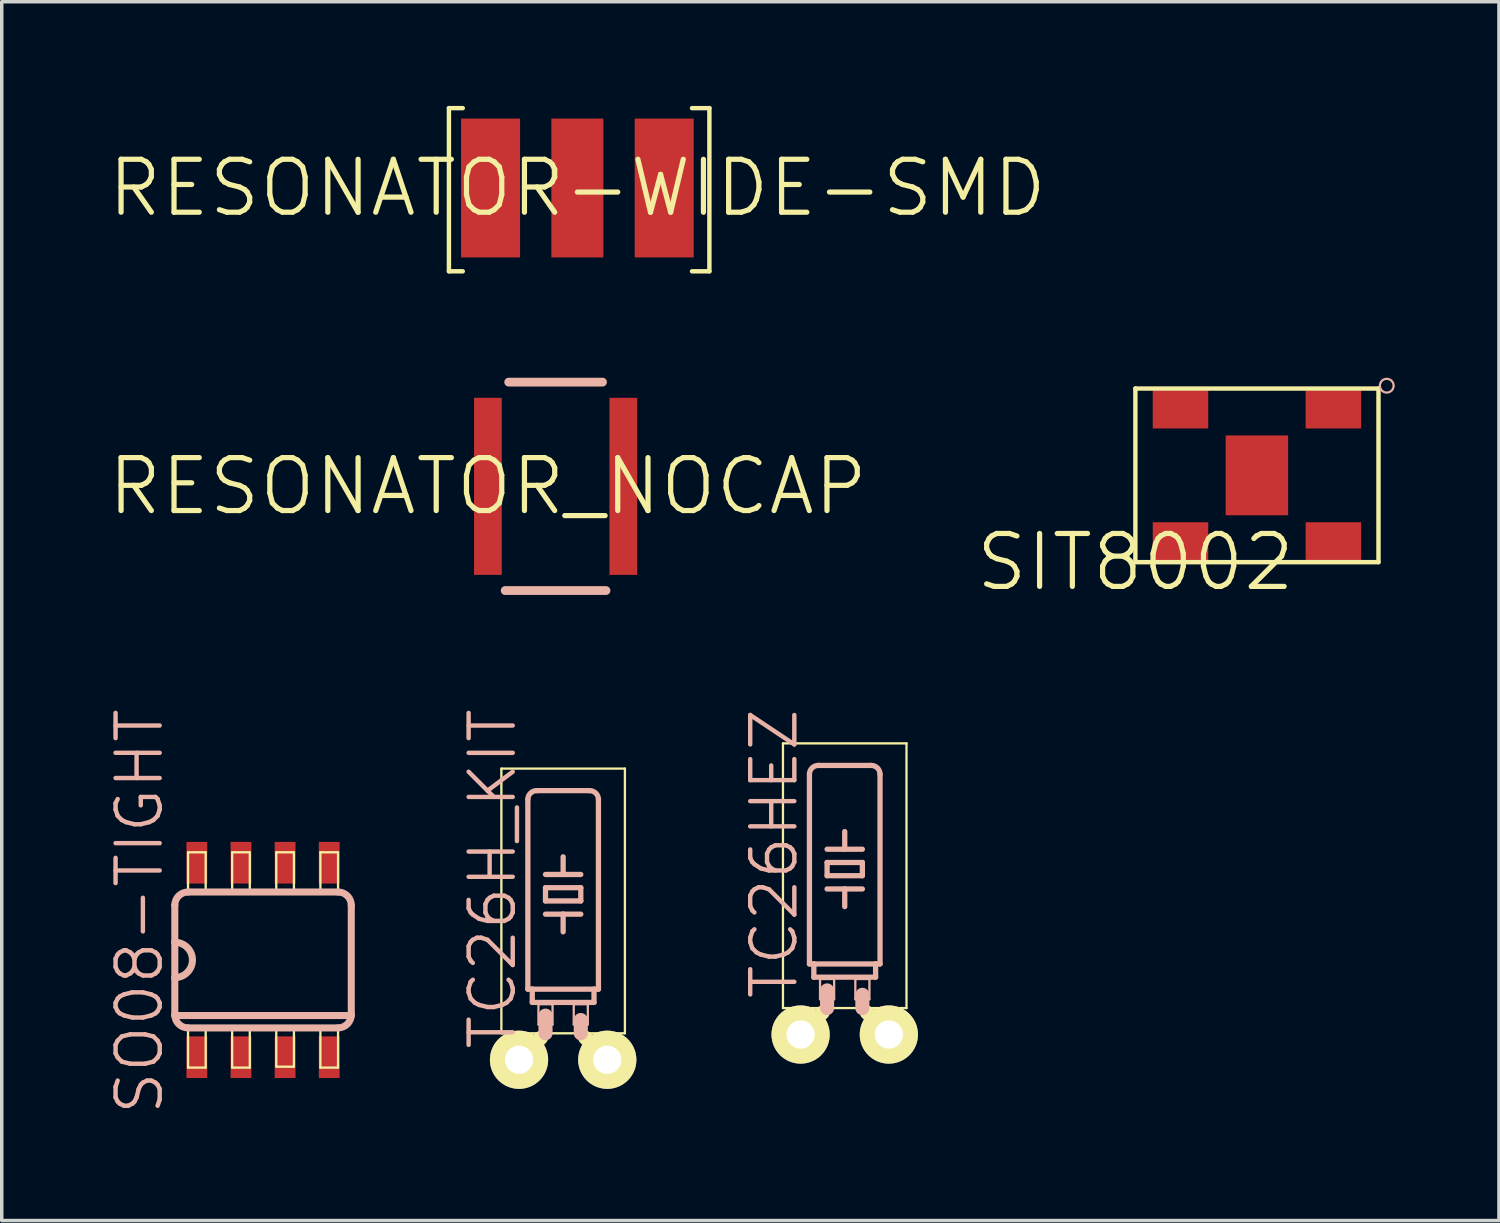
<source format=kicad_pcb>
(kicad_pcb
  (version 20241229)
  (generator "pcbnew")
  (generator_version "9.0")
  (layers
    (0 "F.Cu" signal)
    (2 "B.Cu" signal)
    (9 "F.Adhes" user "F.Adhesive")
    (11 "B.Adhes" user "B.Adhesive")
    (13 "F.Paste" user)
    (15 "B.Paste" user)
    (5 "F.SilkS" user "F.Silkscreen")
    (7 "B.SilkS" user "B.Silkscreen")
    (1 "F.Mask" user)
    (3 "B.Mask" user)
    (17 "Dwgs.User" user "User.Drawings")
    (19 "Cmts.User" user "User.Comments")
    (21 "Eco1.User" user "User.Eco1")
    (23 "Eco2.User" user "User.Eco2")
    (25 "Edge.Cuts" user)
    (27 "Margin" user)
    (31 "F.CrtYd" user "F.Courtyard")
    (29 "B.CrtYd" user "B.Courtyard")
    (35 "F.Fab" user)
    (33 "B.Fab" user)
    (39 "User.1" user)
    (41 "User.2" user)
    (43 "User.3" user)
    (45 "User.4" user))
  (footprint "SIT8002"
    (layer "F.Cu")
    (at 29.634 13.133)
    (property "Reference" "SIT8002" (at 0 0 0) (layer "F.SilkS") (effects (font (size 1.524 1.524) (thickness 0.15))))
    (attr smd)
    (fp_line (start 0 -4.999) (end 0 0) (stroke (width 0.127) (type solid)) (layer "F.SilkS"))
    (fp_line (start 0 0) (end 6.998 0) (stroke (width 0.127) (type solid)) (layer "F.SilkS"))
    (fp_line (start 6.998 -4.999) (end 0 -4.999) (stroke (width 0.127) (type solid)) (layer "F.SilkS"))
    (fp_line (start 6.998 0) (end 6.998 -4.999) (stroke (width 0.127) (type solid)) (layer "F.SilkS"))
    (fp_circle (center 7.236 -5.08) (end 7.376 -5.22) (stroke (width 0.064) (type solid)) (fill no) (layer "B.SilkS"))
    (pad "1" smd rect (at 5.7 -4.399) (size 1.598 1.1) (layers "F.Cu" "F.Mask" "F.Paste"))
    (pad "2" smd rect (at 1.298 -4.399) (size 1.598 1.1) (layers "F.Cu" "F.Mask" "F.Paste"))
    (pad "3" smd rect (at 1.298 -0.599) (size 1.598 1.1) (layers "F.Cu" "F.Mask" "F.Paste"))
    (pad "4" smd rect (at 5.7 -0.599) (size 1.598 1.1) (layers "F.Cu" "F.Mask" "F.Paste"))
    (pad "N" smd rect (at 3.498 -2.499 90) (size 2.299 1.798) (layers "F.Cu" "F.Mask" "F.Paste")))
  (footprint "TC26H_KIT"
    (layer "F.Cu")
    (at 13.161 27.457)
    (property "Reference" "TC26H_KIT" (at -2.032 -5.207 90) (layer "B.SilkS") (effects (font (size 1.27 1.27) (thickness 0.127))))
    (attr exclude_from_pos_files exclude_from_bom)
    (fp_line (start -1.778 -8.382) (end 1.778 -8.382) (stroke (width 0.066) (type solid)) (layer "F.SilkS"))
    (fp_line (start -1.778 -0.762) (end -1.778 -8.382) (stroke (width 0.066) (type solid)) (layer "F.SilkS"))
    (fp_line (start -1.778 -0.762) (end 1.778 -0.762) (stroke (width 0.066) (type solid)) (layer "F.SilkS"))
    (fp_line (start -0.635 -0.635) (end -1.27 0) (stroke (width 0.406) (type solid)) (layer "F.SilkS"))
    (fp_line (start 0.635 -0.635) (end 1.27 0) (stroke (width 0.406) (type solid)) (layer "F.SilkS"))
    (fp_line (start 1.778 -0.762) (end 1.778 -8.382) (stroke (width 0.066) (type solid)) (layer "F.SilkS"))
    (fp_line (start -1.016 -2.032) (end -1.016 -7.493) (stroke (width 0.152) (type solid)) (layer "B.SilkS"))
    (fp_line (start -1.016 -2.032) (end -0.889 -2.032) (stroke (width 0.152) (type solid)) (layer "B.SilkS"))
    (fp_line (start -0.889 -1.651) (end -0.889 -2.032) (stroke (width 0.152) (type solid)) (layer "B.SilkS"))
    (fp_line (start -0.889 -1.651) (end 0.889 -1.651) (stroke (width 0.152) (type solid)) (layer "B.SilkS"))
    (fp_line (start -0.762 -7.747) (end 0.762 -7.747) (stroke (width 0.152) (type solid)) (layer "B.SilkS"))
    (fp_line (start -0.711 -1.6) (end -0.305 -1.6) (stroke (width 0.066) (type solid)) (layer "B.SilkS"))
    (fp_line (start -0.711 -1.016) (end -0.711 -1.6) (stroke (width 0.066) (type solid)) (layer "B.SilkS"))
    (fp_line (start -0.711 -1.016) (end -0.305 -1.016) (stroke (width 0.066) (type solid)) (layer "B.SilkS"))
    (fp_line (start -0.508 -5.334) (end 0 -5.334) (stroke (width 0.152) (type solid)) (layer "B.SilkS"))
    (fp_line (start -0.508 -4.953) (end -0.508 -4.572) (stroke (width 0.152) (type solid)) (layer "B.SilkS"))
    (fp_line (start -0.508 -4.953) (end 0.508 -4.953) (stroke (width 0.152) (type solid)) (layer "B.SilkS"))
    (fp_line (start -0.508 -4.191) (end 0 -4.191) (stroke (width 0.152) (type solid)) (layer "B.SilkS"))
    (fp_line (start -0.508 -0.762) (end -0.508 -1.27) (stroke (width 0.406) (type solid)) (layer "B.SilkS"))
    (fp_line (start -0.305 -1.016) (end -0.305 -1.6) (stroke (width 0.066) (type solid)) (layer "B.SilkS"))
    (fp_line (start 0 -5.334) (end 0 -5.842) (stroke (width 0.152) (type solid)) (layer "B.SilkS"))
    (fp_line (start 0 -5.334) (end 0.508 -5.334) (stroke (width 0.152) (type solid)) (layer "B.SilkS"))
    (fp_line (start 0 -4.191) (end 0 -3.683) (stroke (width 0.152) (type solid)) (layer "B.SilkS"))
    (fp_line (start 0 -4.191) (end 0.508 -4.191) (stroke (width 0.152) (type solid)) (layer "B.SilkS"))
    (fp_line (start 0.305 -1.6) (end 0.711 -1.6) (stroke (width 0.066) (type solid)) (layer "B.SilkS"))
    (fp_line (start 0.305 -1.016) (end 0.305 -1.6) (stroke (width 0.066) (type solid)) (layer "B.SilkS"))
    (fp_line (start 0.305 -1.016) (end 0.711 -1.016) (stroke (width 0.066) (type solid)) (layer "B.SilkS"))
    (fp_line (start 0.508 -4.572) (end -0.508 -4.572) (stroke (width 0.152) (type solid)) (layer "B.SilkS"))
    (fp_line (start 0.508 -4.572) (end 0.508 -4.953) (stroke (width 0.152) (type solid)) (layer "B.SilkS"))
    (fp_line (start 0.508 -0.762) (end 0.508 -1.143) (stroke (width 0.406) (type solid)) (layer "B.SilkS"))
    (fp_line (start 0.711 -1.016) (end 0.711 -1.6) (stroke (width 0.066) (type solid)) (layer "B.SilkS"))
    (fp_line (start 0.889 -2.032) (end -0.889 -2.032) (stroke (width 0.152) (type solid)) (layer "B.SilkS"))
    (fp_line (start 0.889 -1.651) (end 0.889 -2.032) (stroke (width 0.152) (type solid)) (layer "B.SilkS"))
    (fp_line (start 1.016 -2.032) (end 0.889 -2.032) (stroke (width 0.152) (type solid)) (layer "B.SilkS"))
    (fp_line (start 1.016 -2.032) (end 1.016 -7.493) (stroke (width 0.152) (type solid)) (layer "B.SilkS"))
    (fp_arc (start -1.016 -7.493) (mid -0.941605 -7.672605) (end -0.762 -7.747) (stroke (width 0.1524) (type solid)) (layer "B.SilkS"))
    (fp_arc (start 0.762 -7.747) (mid 0.941605 -7.672605) (end 1.016 -7.493) (stroke (width 0.1524) (type solid)) (layer "B.SilkS"))
    (pad "1" thru_hole circle (at -1.27 0) (size 1.676 1.676) (drill 0.813) (layers "*.Cu" "F.Mask" "F.SilkS" "F.Paste"))
    (pad "2" thru_hole circle (at 1.27 0) (size 1.676 1.676) (drill 0.813) (layers "*.Cu" "F.Mask" "F.SilkS" "F.Paste")))
  (footprint "RESONATOR_NOCAP"
    (layer "F.Cu")
    (at 10.995 10.95)
    (property "Reference" "RESONATOR_NOCAP" (at 0 0 0) (layer "F.SilkS") (effects (font (size 1.524 1.524) (thickness 0.15))))
    (attr smd)
    (fp_line (start 0.498 3) (end 3.399 3) (stroke (width 0.254) (type solid)) (layer "B.SilkS"))
    (fp_line (start 0.599 -3) (end 3.299 -3) (stroke (width 0.254) (type solid)) (layer "B.SilkS"))
    (pad "P$1" smd rect (at 0 0) (size 0.798 5.098) (layers "F.Cu" "F.Mask" "F.Paste"))
    (pad "P$2" smd rect (at 3.899 0) (size 0.798 5.098) (layers "F.Cu" "F.Mask" "F.Paste")))
  (footprint "RESONATOR-WIDE-SMD"
    (layer "F.Cu")
    (at 13.571 2.362)
    (property "Reference" "RESONATOR-WIDE-SMD" (at 0 0 0) (layer "F.SilkS") (effects (font (size 1.524 1.524) (thickness 0.15))))
    (attr smd)
    (fp_line (start -3.698 -2.299) (end -3.698 2.398) (stroke (width 0.127) (type solid)) (layer "F.SilkS"))
    (fp_line (start -3.698 2.398) (end -3.299 2.398) (stroke (width 0.127) (type solid)) (layer "F.SilkS"))
    (fp_line (start -3.299 -2.299) (end -3.698 -2.299) (stroke (width 0.127) (type solid)) (layer "F.SilkS"))
    (fp_line (start 3.299 -2.299) (end 3.8 -2.299) (stroke (width 0.127) (type solid)) (layer "F.SilkS"))
    (fp_line (start 3.8 -2.299) (end 3.8 2.398) (stroke (width 0.127) (type solid)) (layer "F.SilkS"))
    (fp_line (start 3.8 2.398) (end 3.299 2.398) (stroke (width 0.127) (type solid)) (layer "F.SilkS"))
    (pad "1" smd rect (at -2.499 0 180) (size 1.699 3.998) (layers "F.Cu" "F.Mask" "F.Paste"))
    (pad "2" smd rect (at 0 0 180) (size 1.499 3.998) (layers "F.Cu" "F.Mask" "F.Paste"))
    (pad "3" smd rect (at 2.499 0 180) (size 1.699 3.998) (layers "F.Cu" "F.Mask" "F.Paste")))
  (footprint "TC26HEZ"
    (layer "F.Cu")
    (at 21.267 26.731)
    (property "Reference" "TC26HEZ" (at -2.032 -5.207 90) (layer "B.SilkS") (effects (font (size 1.27 1.27) (thickness 0.127))))
    (attr exclude_from_pos_files exclude_from_bom)
    (fp_line (start -1.778 -8.382) (end 1.778 -8.382) (stroke (width 0.066) (type solid)) (layer "F.SilkS"))
    (fp_line (start -1.778 -0.762) (end -1.778 -8.382) (stroke (width 0.066) (type solid)) (layer "F.SilkS"))
    (fp_line (start -1.778 -0.762) (end 1.778 -0.762) (stroke (width 0.066) (type solid)) (layer "F.SilkS"))
    (fp_line (start -0.635 -0.635) (end -1.27 0) (stroke (width 0.406) (type solid)) (layer "F.SilkS"))
    (fp_line (start 0.635 -0.635) (end 1.27 0) (stroke (width 0.406) (type solid)) (layer "F.SilkS"))
    (fp_line (start 1.778 -0.762) (end 1.778 -8.382) (stroke (width 0.066) (type solid)) (layer "F.SilkS"))
    (fp_circle (center -1.27 0) (end -1.732 0.462) (stroke (width 0) (type solid)) (fill yes) (layer "F.SilkS"))
    (fp_circle (center -1.27 0) (end -1.524 0.254) (stroke (width 0) (type solid)) (fill yes) (layer "F.SilkS"))
    (fp_circle (center 1.27 0) (end 1.524 0.254) (stroke (width 0) (type solid)) (fill yes) (layer "F.SilkS"))
    (fp_circle (center 1.27 0) (end 1.727 0.457) (stroke (width 0) (type solid)) (fill yes) (layer "F.SilkS"))
    (fp_line (start -1.016 -2.032) (end -1.016 -7.493) (stroke (width 0.152) (type solid)) (layer "B.SilkS"))
    (fp_line (start -1.016 -2.032) (end -0.889 -2.032) (stroke (width 0.152) (type solid)) (layer "B.SilkS"))
    (fp_line (start -0.889 -1.651) (end -0.889 -2.032) (stroke (width 0.152) (type solid)) (layer "B.SilkS"))
    (fp_line (start -0.889 -1.651) (end 0.889 -1.651) (stroke (width 0.152) (type solid)) (layer "B.SilkS"))
    (fp_line (start -0.762 -7.747) (end 0.762 -7.747) (stroke (width 0.152) (type solid)) (layer "B.SilkS"))
    (fp_line (start -0.711 -1.6) (end -0.305 -1.6) (stroke (width 0.066) (type solid)) (layer "B.SilkS"))
    (fp_line (start -0.711 -1.016) (end -0.711 -1.6) (stroke (width 0.066) (type solid)) (layer "B.SilkS"))
    (fp_line (start -0.711 -1.016) (end -0.305 -1.016) (stroke (width 0.066) (type solid)) (layer "B.SilkS"))
    (fp_line (start -0.508 -5.334) (end 0 -5.334) (stroke (width 0.152) (type solid)) (layer "B.SilkS"))
    (fp_line (start -0.508 -4.953) (end -0.508 -4.572) (stroke (width 0.152) (type solid)) (layer "B.SilkS"))
    (fp_line (start -0.508 -4.953) (end 0.508 -4.953) (stroke (width 0.152) (type solid)) (layer "B.SilkS"))
    (fp_line (start -0.508 -4.191) (end 0 -4.191) (stroke (width 0.152) (type solid)) (layer "B.SilkS"))
    (fp_line (start -0.508 -0.762) (end -0.508 -1.27) (stroke (width 0.406) (type solid)) (layer "B.SilkS"))
    (fp_line (start -0.305 -1.016) (end -0.305 -1.6) (stroke (width 0.066) (type solid)) (layer "B.SilkS"))
    (fp_line (start 0 -5.334) (end 0 -5.842) (stroke (width 0.152) (type solid)) (layer "B.SilkS"))
    (fp_line (start 0 -5.334) (end 0.508 -5.334) (stroke (width 0.152) (type solid)) (layer "B.SilkS"))
    (fp_line (start 0 -4.191) (end 0 -3.683) (stroke (width 0.152) (type solid)) (layer "B.SilkS"))
    (fp_line (start 0 -4.191) (end 0.508 -4.191) (stroke (width 0.152) (type solid)) (layer "B.SilkS"))
    (fp_line (start 0.305 -1.6) (end 0.711 -1.6) (stroke (width 0.066) (type solid)) (layer "B.SilkS"))
    (fp_line (start 0.305 -1.016) (end 0.305 -1.6) (stroke (width 0.066) (type solid)) (layer "B.SilkS"))
    (fp_line (start 0.305 -1.016) (end 0.711 -1.016) (stroke (width 0.066) (type solid)) (layer "B.SilkS"))
    (fp_line (start 0.508 -4.572) (end -0.508 -4.572) (stroke (width 0.152) (type solid)) (layer "B.SilkS"))
    (fp_line (start 0.508 -4.572) (end 0.508 -4.953) (stroke (width 0.152) (type solid)) (layer "B.SilkS"))
    (fp_line (start 0.508 -0.762) (end 0.508 -1.143) (stroke (width 0.406) (type solid)) (layer "B.SilkS"))
    (fp_line (start 0.711 -1.016) (end 0.711 -1.6) (stroke (width 0.066) (type solid)) (layer "B.SilkS"))
    (fp_line (start 0.889 -2.032) (end -0.889 -2.032) (stroke (width 0.152) (type solid)) (layer "B.SilkS"))
    (fp_line (start 0.889 -1.651) (end 0.889 -2.032) (stroke (width 0.152) (type solid)) (layer "B.SilkS"))
    (fp_line (start 1.016 -2.032) (end 0.889 -2.032) (stroke (width 0.152) (type solid)) (layer "B.SilkS"))
    (fp_line (start 1.016 -2.032) (end 1.016 -7.493) (stroke (width 0.152) (type solid)) (layer "B.SilkS"))
    (fp_arc (start -1.016 -7.493) (mid -0.941605 -7.672605) (end -0.762 -7.747) (stroke (width 0.1524) (type solid)) (layer "B.SilkS"))
    (fp_arc (start 0.762 -7.747) (mid 0.941605 -7.672605) (end 1.016 -7.493) (stroke (width 0.1524) (type solid)) (layer "B.SilkS"))
    (pad "1" thru_hole circle (at -1.27 0) (size 1.676 1.676) (drill 0.813) (layers "*.Cu" "F.Mask" "F.SilkS" "F.Paste"))
    (pad "2" thru_hole circle (at 1.27 0) (size 1.676 1.676) (drill 0.813) (layers "*.Cu" "F.Mask" "F.SilkS" "F.Paste")))
  (footprint "SO08-TIGHT"
    (layer "F.Cu")
    (at 4.522 24.584)
    (property "Reference" "SO08-TIGHT" (at -3.556 -1.397 90) (layer "B.SilkS") (effects (font (size 1.27 1.27) (thickness 0.127))))
    (attr smd)
    (fp_line (start -2.159 -3.099) (end -1.651 -3.099) (stroke (width 0.066) (type solid)) (layer "F.SilkS"))
    (fp_line (start -2.159 -1.956) (end -2.159 -3.099) (stroke (width 0.066) (type solid)) (layer "F.SilkS"))
    (fp_line (start -2.159 -1.956) (end -1.651 -1.956) (stroke (width 0.066) (type solid)) (layer "F.SilkS"))
    (fp_line (start -2.159 1.956) (end -1.651 1.956) (stroke (width 0.066) (type solid)) (layer "F.SilkS"))
    (fp_line (start -2.159 3.099) (end -2.159 1.956) (stroke (width 0.066) (type solid)) (layer "F.SilkS"))
    (fp_line (start -2.159 3.099) (end -1.651 3.099) (stroke (width 0.066) (type solid)) (layer "F.SilkS"))
    (fp_line (start -1.651 -1.956) (end -1.651 -3.099) (stroke (width 0.066) (type solid)) (layer "F.SilkS"))
    (fp_line (start -1.651 3.099) (end -1.651 1.956) (stroke (width 0.066) (type solid)) (layer "F.SilkS"))
    (fp_line (start -0.889 -3.099) (end -0.381 -3.099) (stroke (width 0.066) (type solid)) (layer "F.SilkS"))
    (fp_line (start -0.889 -1.956) (end -0.889 -3.099) (stroke (width 0.066) (type solid)) (layer "F.SilkS"))
    (fp_line (start -0.889 -1.956) (end -0.381 -1.956) (stroke (width 0.066) (type solid)) (layer "F.SilkS"))
    (fp_line (start -0.889 1.956) (end -0.381 1.956) (stroke (width 0.066) (type solid)) (layer "F.SilkS"))
    (fp_line (start -0.889 3.099) (end -0.889 1.956) (stroke (width 0.066) (type solid)) (layer "F.SilkS"))
    (fp_line (start -0.889 3.099) (end -0.381 3.099) (stroke (width 0.066) (type solid)) (layer "F.SilkS"))
    (fp_line (start -0.381 -1.956) (end -0.381 -3.099) (stroke (width 0.066) (type solid)) (layer "F.SilkS"))
    (fp_line (start -0.381 3.099) (end -0.381 1.956) (stroke (width 0.066) (type solid)) (layer "F.SilkS"))
    (fp_line (start 0.381 -3.099) (end 0.889 -3.099) (stroke (width 0.066) (type solid)) (layer "F.SilkS"))
    (fp_line (start 0.381 -1.956) (end 0.381 -3.099) (stroke (width 0.066) (type solid)) (layer "F.SilkS"))
    (fp_line (start 0.381 -1.956) (end 0.889 -1.956) (stroke (width 0.066) (type solid)) (layer "F.SilkS"))
    (fp_line (start 0.381 1.93) (end 0.889 1.93) (stroke (width 0.066) (type solid)) (layer "F.SilkS"))
    (fp_line (start 0.381 3.073) (end 0.381 1.93) (stroke (width 0.066) (type solid)) (layer "F.SilkS"))
    (fp_line (start 0.381 3.073) (end 0.889 3.073) (stroke (width 0.066) (type solid)) (layer "F.SilkS"))
    (fp_line (start 0.889 -1.956) (end 0.889 -3.099) (stroke (width 0.066) (type solid)) (layer "F.SilkS"))
    (fp_line (start 0.889 3.073) (end 0.889 1.93) (stroke (width 0.066) (type solid)) (layer "F.SilkS"))
    (fp_line (start 1.651 -3.099) (end 2.159 -3.099) (stroke (width 0.066) (type solid)) (layer "F.SilkS"))
    (fp_line (start 1.651 -1.956) (end 1.651 -3.099) (stroke (width 0.066) (type solid)) (layer "F.SilkS"))
    (fp_line (start 1.651 -1.956) (end 2.159 -1.956) (stroke (width 0.066) (type solid)) (layer "F.SilkS"))
    (fp_line (start 1.651 1.956) (end 2.159 1.956) (stroke (width 0.066) (type solid)) (layer "F.SilkS"))
    (fp_line (start 1.651 3.099) (end 1.651 1.956) (stroke (width 0.066) (type solid)) (layer "F.SilkS"))
    (fp_line (start 1.651 3.099) (end 2.159 3.099) (stroke (width 0.066) (type solid)) (layer "F.SilkS"))
    (fp_line (start 2.159 -1.956) (end 2.159 -3.099) (stroke (width 0.066) (type solid)) (layer "F.SilkS"))
    (fp_line (start 2.159 3.099) (end 2.159 1.956) (stroke (width 0.066) (type solid)) (layer "F.SilkS"))
    (fp_line (start -2.54 -1.575) (end -2.54 -0.508) (stroke (width 0.203) (type solid)) (layer "B.SilkS"))
    (fp_line (start -2.54 -0.508) (end -2.54 0.508) (stroke (width 0.203) (type solid)) (layer "B.SilkS"))
    (fp_line (start -2.54 0.508) (end -2.54 1.575) (stroke (width 0.203) (type solid)) (layer "B.SilkS"))
    (fp_line (start -2.54 1.6) (end 2.54 1.6) (stroke (width 0.203) (type solid)) (layer "B.SilkS"))
    (fp_line (start -2.159 1.956) (end 2.159 1.956) (stroke (width 0.203) (type solid)) (layer "B.SilkS"))
    (fp_line (start 2.159 -1.956) (end -2.159 -1.956) (stroke (width 0.203) (type solid)) (layer "B.SilkS"))
    (fp_line (start 2.54 1.575) (end 2.54 -1.575) (stroke (width 0.203) (type solid)) (layer "B.SilkS"))
    (fp_arc (start -2.54 -1.5748) (mid -2.428408 -1.844208) (end -2.159 -1.9558) (stroke (width 0.2032) (type solid)) (layer "B.SilkS"))
    (fp_arc (start -2.54 -0.508) (mid -2.032 0) (end -2.54 0.508) (stroke (width 0.2032) (type solid)) (layer "B.SilkS"))
    (fp_arc (start -2.159 1.9558) (mid -2.428408 1.844208) (end -2.54 1.5748) (stroke (width 0.2032) (type solid)) (layer "B.SilkS"))
    (fp_arc (start 2.159 -1.9558) (mid 2.428408 -1.844208) (end 2.54 -1.5748) (stroke (width 0.2032) (type solid)) (layer "B.SilkS"))
    (fp_arc (start 2.54 1.5748) (mid 2.428408 1.844208) (end 2.159 1.9558) (stroke (width 0.2032) (type solid)) (layer "B.SilkS"))
    (pad "1" smd rect (at -1.905 2.799) (size 0.599 1.199) (layers "F.Cu" "F.Mask" "F.Paste"))
    (pad "2" smd rect (at -0.635 2.799) (size 0.599 1.199) (layers "F.Cu" "F.Mask" "F.Paste"))
    (pad "3" smd rect (at 0.635 2.799) (size 0.599 1.199) (layers "F.Cu" "F.Mask" "F.Paste"))
    (pad "4" smd rect (at 1.905 2.799) (size 0.599 1.199) (layers "F.Cu" "F.Mask" "F.Paste"))
    (pad "5" smd rect (at 1.905 -2.799) (size 0.599 1.199) (layers "F.Cu" "F.Mask" "F.Paste"))
    (pad "6" smd rect (at 0.635 -2.799) (size 0.599 1.199) (layers "F.Cu" "F.Mask" "F.Paste"))
    (pad "7" smd rect (at -0.635 -2.799) (size 0.599 1.199) (layers "F.Cu" "F.Mask" "F.Paste"))
    (pad "8" smd rect (at -1.905 -2.799) (size 0.599 1.199) (layers "F.Cu" "F.Mask" "F.Paste")))
  (gr_rect
    (start -3 -3)
    (end 40.1 32.086)
    (stroke (width 0.1) (type default))
    (fill no)
    (layer "Edge.Cuts")))
</source>
